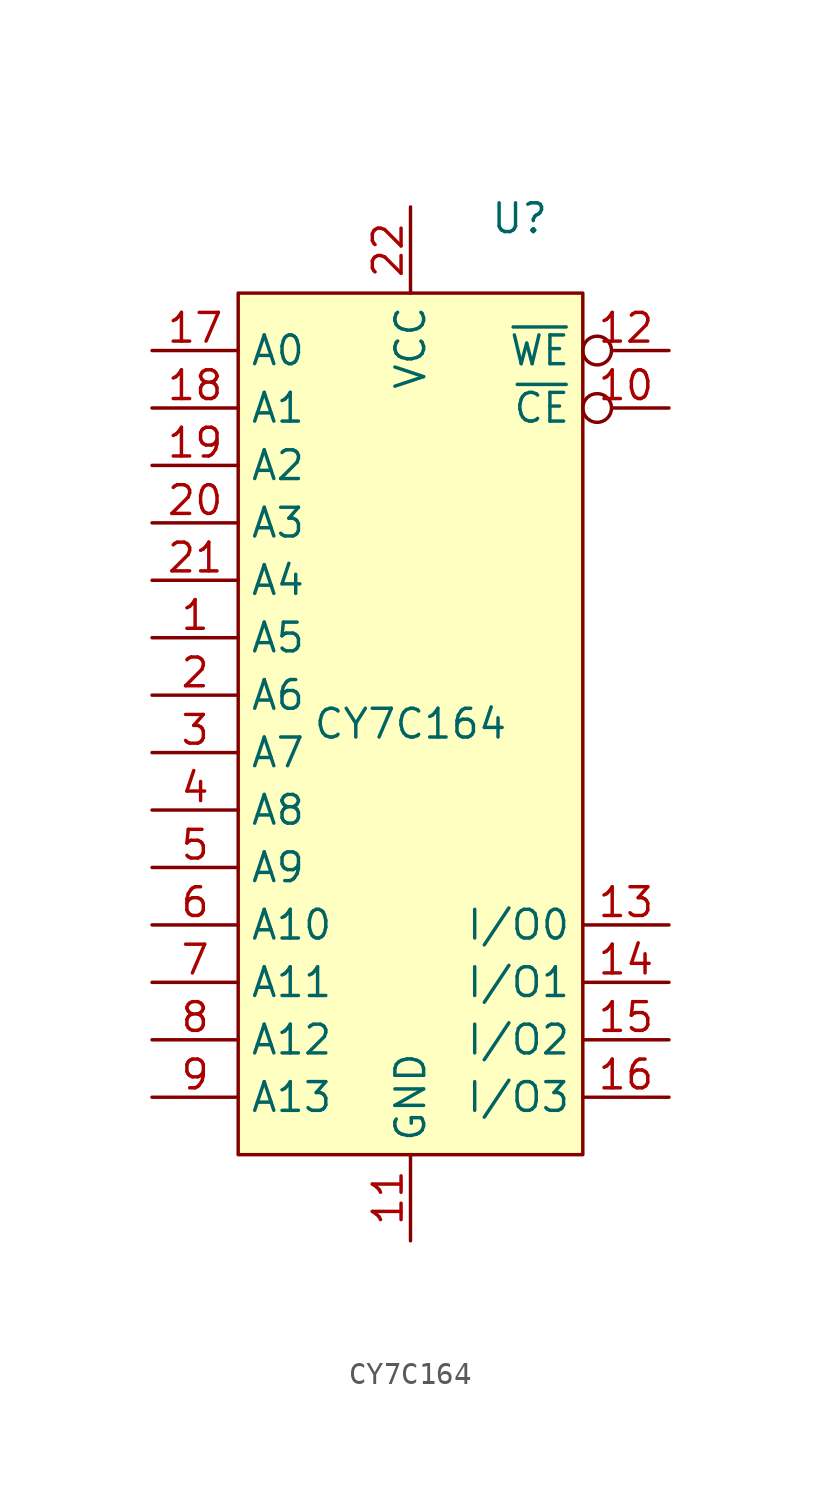
<source format=kicad_sym>
(kicad_symbol_lib
  (version 20231120)
  (generator "kicad_symbol_editor")
  (generator_version "8.0")
  (symbol "CY7C164"
    (property "Reference" "U"
      (at 4.826 22.352 0)
      (effects (font (size 1.27 1.27))))
    (property "Value" "CY7C164"
      (at 0 0 0)
      (effects (font (size 1.27 1.27))))
    (symbol "CY7C164_1_1"
      (rectangle (start -7.62 19.05) (end 7.62 -19.05) (stroke (width 0) (type solid)) (fill (type background)))
      (pin input line (at -11.43 3.81 0) (length 3.81) (name "A5" (effects (font (size 1.27 1.27)))) (number "1" (effects (font (size 1.27 1.27)))))
      (pin input inverted (at 11.43 13.97 180) (length 3.81) (name "~{CE}" (effects (font (size 1.27 1.27)))) (number "10" (effects (font (size 1.27 1.27)))))
      (pin power_in line (at 0 -22.86 90) (length 3.81) (name "GND" (effects (font (size 1.27 1.27)))) (number "11" (effects (font (size 1.27 1.27)))))
      (pin input inverted (at 11.43 16.51 180) (length 3.81) (name "~{WE}" (effects (font (size 1.27 1.27)))) (number "12" (effects (font (size 1.27 1.27)))))
      (pin bidirectional line (at 11.43 -8.89 180) (length 3.81) (name "I/O0" (effects (font (size 1.27 1.27)))) (number "13" (effects (font (size 1.27 1.27)))))
      (pin bidirectional line (at 11.43 -11.43 180) (length 3.81) (name "I/O1" (effects (font (size 1.27 1.27)))) (number "14" (effects (font (size 1.27 1.27)))))
      (pin bidirectional line (at 11.43 -13.97 180) (length 3.81) (name "I/O2" (effects (font (size 1.27 1.27)))) (number "15" (effects (font (size 1.27 1.27)))))
      (pin bidirectional line (at 11.43 -16.51 180) (length 3.81) (name "I/O3" (effects (font (size 1.27 1.27)))) (number "16" (effects (font (size 1.27 1.27)))))
      (pin input line (at -11.43 16.51 0) (length 3.81) (name "A0" (effects (font (size 1.27 1.27)))) (number "17" (effects (font (size 1.27 1.27)))))
      (pin input line (at -11.43 13.97 0) (length 3.81) (name "A1" (effects (font (size 1.27 1.27)))) (number "18" (effects (font (size 1.27 1.27)))))
      (pin input line (at -11.43 11.43 0) (length 3.81) (name "A2" (effects (font (size 1.27 1.27)))) (number "19" (effects (font (size 1.27 1.27)))))
      (pin input line (at -11.43 1.27 0) (length 3.81) (name "A6" (effects (font (size 1.27 1.27)))) (number "2" (effects (font (size 1.27 1.27)))))
      (pin input line (at -11.43 8.89 0) (length 3.81) (name "A3" (effects (font (size 1.27 1.27)))) (number "20" (effects (font (size 1.27 1.27)))))
      (pin input line (at -11.43 6.35 0) (length 3.81) (name "A4" (effects (font (size 1.27 1.27)))) (number "21" (effects (font (size 1.27 1.27)))))
      (pin power_in line (at 0 22.86 270) (length 3.81) (name "VCC" (effects (font (size 1.27 1.27)))) (number "22" (effects (font (size 1.27 1.27)))))
      (pin input line (at -11.43 -1.27 0) (length 3.81) (name "A7" (effects (font (size 1.27 1.27)))) (number "3" (effects (font (size 1.27 1.27)))))
      (pin input line (at -11.43 -3.81 0) (length 3.81) (name "A8" (effects (font (size 1.27 1.27)))) (number "4" (effects (font (size 1.27 1.27)))))
      (pin input line (at -11.43 -6.35 0) (length 3.81) (name "A9" (effects (font (size 1.27 1.27)))) (number "5" (effects (font (size 1.27 1.27)))))
      (pin input line (at -11.43 -8.89 0) (length 3.81) (name "A10" (effects (font (size 1.27 1.27)))) (number "6" (effects (font (size 1.27 1.27)))))
      (pin input line (at -11.43 -11.43 0) (length 3.81) (name "A11" (effects (font (size 1.27 1.27)))) (number "7" (effects (font (size 1.27 1.27)))))
      (pin input line (at -11.43 -13.97 0) (length 3.81) (name "A12" (effects (font (size 1.27 1.27)))) (number "8" (effects (font (size 1.27 1.27)))))
      (pin input line (at -11.43 -16.51 0) (length 3.81) (name "A13" (effects (font (size 1.27 1.27)))) (number "9" (effects (font (size 1.27 1.27))))))))
</source>
